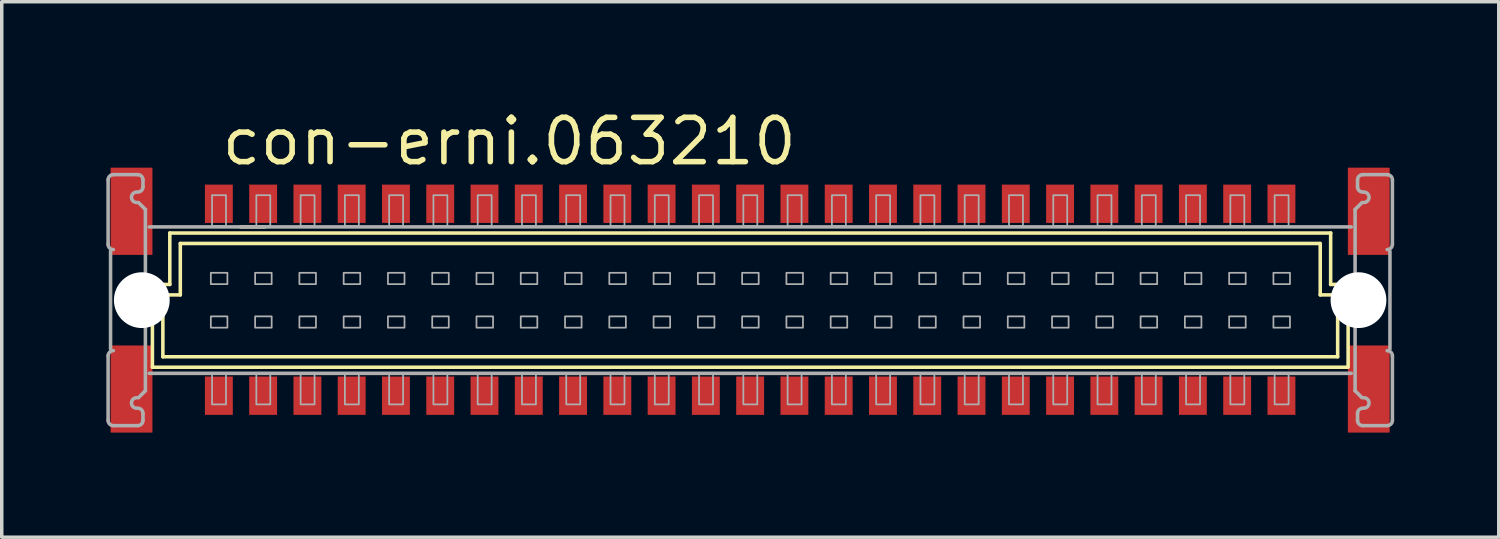
<source format=kicad_pcb>
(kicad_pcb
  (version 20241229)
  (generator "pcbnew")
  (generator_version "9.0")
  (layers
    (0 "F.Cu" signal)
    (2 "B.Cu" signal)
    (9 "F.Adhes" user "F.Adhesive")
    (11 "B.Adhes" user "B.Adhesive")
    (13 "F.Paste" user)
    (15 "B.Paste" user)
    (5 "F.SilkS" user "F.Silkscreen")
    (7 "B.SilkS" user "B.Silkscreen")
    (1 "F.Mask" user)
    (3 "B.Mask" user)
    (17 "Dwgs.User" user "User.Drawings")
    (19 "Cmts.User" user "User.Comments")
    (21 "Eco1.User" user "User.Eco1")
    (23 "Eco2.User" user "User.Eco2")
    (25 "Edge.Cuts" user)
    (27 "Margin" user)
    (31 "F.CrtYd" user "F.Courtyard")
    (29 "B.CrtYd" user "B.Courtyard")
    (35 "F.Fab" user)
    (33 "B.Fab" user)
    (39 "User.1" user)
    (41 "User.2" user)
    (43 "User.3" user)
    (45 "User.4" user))
  (footprint "con-erni.063210"
    (layer "F.Cu")
    (at 18.468 5.56)
    (property "Reference" "con-erni.063210" (at -15.24 -3.81 0) (layer "F.SilkS") (effects (font (size 1.27 1.27) (thickness 0.16)) (justify left bottom)))
    (attr smd)
    (fp_line (start -17.146 1.924) (end -17.146 -0.451) (stroke (width 0.102) (type default)) (layer "F.SilkS"))
    (fp_line (start -16.846 -0.151) (end -16.847 -0.151) (stroke (width 0.102) (type default)) (layer "F.SilkS"))
    (fp_line (start -16.846 1.624) (end -16.846 -0.151) (stroke (width 0.102) (type default)) (layer "F.SilkS"))
    (fp_line (start -16.846 1.624) (end 16.852 1.624) (stroke (width 0.102) (type default)) (layer "F.SilkS"))
    (fp_line (start -16.647 -1.926) (end -16.647 -0.451) (stroke (width 0.102) (type default)) (layer "F.SilkS"))
    (fp_line (start -16.647 -0.451) (end -17.146 -0.451) (stroke (width 0.102) (type default)) (layer "F.SilkS"))
    (fp_line (start -16.347 -0.151) (end -16.846 -0.151) (stroke (width 0.102) (type default)) (layer "F.SilkS"))
    (fp_line (start -16.346 -0.151) (end -16.346 -1.626) (stroke (width 0.102) (type default)) (layer "F.SilkS"))
    (fp_line (start -14.617 -2.101) (end -13.917 -2.101) (stroke (width 0.102) (type default)) (layer "F.SilkS"))
    (fp_line (start 16.343 -1.626) (end -16.346 -1.626) (stroke (width 0.102) (type default)) (layer "F.SilkS"))
    (fp_line (start 16.353 -0.151) (end 16.353 -1.626) (stroke (width 0.102) (type default)) (layer "F.SilkS"))
    (fp_line (start 16.652 -0.451) (end 16.652 -1.926) (stroke (width 0.102) (type default)) (layer "F.SilkS"))
    (fp_line (start 16.652 -0.451) (end 17.152 -0.451) (stroke (width 0.102) (type default)) (layer "F.SilkS"))
    (fp_line (start 16.653 -1.926) (end -16.647 -1.926) (stroke (width 0.102) (type default)) (layer "F.SilkS"))
    (fp_line (start 16.853 -0.151) (end 16.353 -0.151) (stroke (width 0.102) (type default)) (layer "F.SilkS"))
    (fp_line (start 16.853 1.624) (end 16.853 -0.151) (stroke (width 0.102) (type default)) (layer "F.SilkS"))
    (fp_line (start 17.133 1.924) (end -17.146 1.924) (stroke (width 0.102) (type default)) (layer "F.SilkS"))
    (fp_line (start 17.153 1.924) (end 17.153 -0.451) (stroke (width 0.102) (type default)) (layer "F.SilkS"))
    (fp_circle (center -17.447 -0.008) (end -16.646 -0.008) (stroke (width 0.001) (type default)) (fill no) (layer "F.SilkS"))
    (fp_line (start -18.417 -1.601) (end -18.417 -3.451) (stroke (width 0.102) (type default)) (layer "F.Fab"))
    (fp_line (start -18.417 3.449) (end -18.417 1.599) (stroke (width 0.102) (type default)) (layer "F.Fab"))
    (fp_line (start -18.347 -1.401) (end -18.347 1.399) (stroke (width 0.102) (type default)) (layer "F.Fab"))
    (fp_line (start -18.267 -3.601) (end -17.567 -3.601) (stroke (width 0.102) (type default)) (layer "F.Fab"))
    (fp_line (start -17.567 3.599) (end -18.267 3.599) (stroke (width 0.102) (type default)) (layer "F.Fab"))
    (fp_line (start -17.547 -2.801) (end -17.347 -2.601) (stroke (width 0.102) (type default)) (layer "F.Fab"))
    (fp_line (start -17.417 -3.451) (end -17.417 -3.251) (stroke (width 0.102) (type default)) (layer "F.Fab"))
    (fp_line (start -17.417 3.249) (end -17.417 3.449) (stroke (width 0.102) (type default)) (layer "F.Fab"))
    (fp_line (start -17.347 -2.601) (end -17.347 2.599) (stroke (width 0.102) (type default)) (layer "F.Fab"))
    (fp_line (start -17.347 2.599) (end -17.547 2.799) (stroke (width 0.102) (type default)) (layer "F.Fab"))
    (fp_line (start 17.243 -2.101) (end -17.237 -2.101) (stroke (width 0.102) (type default)) (layer "F.Fab"))
    (fp_line (start 17.243 2.099) (end -17.237 2.099) (stroke (width 0.102) (type default)) (layer "F.Fab"))
    (fp_line (start 17.353 -2.601) (end 17.353 2.599) (stroke (width 0.102) (type default)) (layer "F.Fab"))
    (fp_line (start 17.353 2.599) (end 17.553 2.799) (stroke (width 0.102) (type default)) (layer "F.Fab"))
    (fp_line (start 17.423 -3.451) (end 17.423 -3.251) (stroke (width 0.102) (type default)) (layer "F.Fab"))
    (fp_line (start 17.423 3.249) (end 17.423 3.449) (stroke (width 0.102) (type default)) (layer "F.Fab"))
    (fp_line (start 17.553 -2.801) (end 17.353 -2.601) (stroke (width 0.102) (type default)) (layer "F.Fab"))
    (fp_line (start 17.573 3.599) (end 18.273 3.599) (stroke (width 0.102) (type default)) (layer "F.Fab"))
    (fp_line (start 18.273 -3.601) (end 17.573 -3.601) (stroke (width 0.102) (type default)) (layer "F.Fab"))
    (fp_line (start 18.353 -1.401) (end 18.353 1.399) (stroke (width 0.102) (type default)) (layer "F.Fab"))
    (fp_line (start 18.423 -1.601) (end 18.423 -3.451) (stroke (width 0.102) (type default)) (layer "F.Fab"))
    (fp_line (start 18.423 3.449) (end 18.423 1.599) (stroke (width 0.102) (type default)) (layer "F.Fab"))
    (fp_rect (start -15.47 -0.46) (end -14.995 -0.785) (stroke (width 0.05) (type default)) (fill no) (layer "F.Fab"))
    (fp_rect (start -15.47 0.79) (end -14.995 0.465) (stroke (width 0.05) (type default)) (fill no) (layer "F.Fab"))
    (fp_rect (start -15.435 -2.125) (end -15.035 -3.01) (stroke (width 0.05) (type default)) (fill no) (layer "F.Fab"))
    (fp_rect (start -15.435 2.99) (end -15.035 2.1) (stroke (width 0.05) (type default)) (fill no) (layer "F.Fab"))
    (fp_rect (start -14.2 -0.46) (end -13.725 -0.785) (stroke (width 0.05) (type default)) (fill no) (layer "F.Fab"))
    (fp_rect (start -14.2 0.79) (end -13.725 0.465) (stroke (width 0.05) (type default)) (fill no) (layer "F.Fab"))
    (fp_rect (start -14.165 -2.125) (end -13.765 -3.01) (stroke (width 0.05) (type default)) (fill no) (layer "F.Fab"))
    (fp_rect (start -14.165 2.99) (end -13.765 2.1) (stroke (width 0.05) (type default)) (fill no) (layer "F.Fab"))
    (fp_rect (start -12.93 -0.46) (end -12.455 -0.785) (stroke (width 0.05) (type default)) (fill no) (layer "F.Fab"))
    (fp_rect (start -12.93 0.79) (end -12.455 0.465) (stroke (width 0.05) (type default)) (fill no) (layer "F.Fab"))
    (fp_rect (start -12.895 -2.125) (end -12.495 -3.01) (stroke (width 0.05) (type default)) (fill no) (layer "F.Fab"))
    (fp_rect (start -12.895 2.99) (end -12.495 2.1) (stroke (width 0.05) (type default)) (fill no) (layer "F.Fab"))
    (fp_rect (start -11.66 -0.46) (end -11.185 -0.785) (stroke (width 0.05) (type default)) (fill no) (layer "F.Fab"))
    (fp_rect (start -11.66 0.79) (end -11.185 0.465) (stroke (width 0.05) (type default)) (fill no) (layer "F.Fab"))
    (fp_rect (start -11.625 -2.125) (end -11.225 -3.01) (stroke (width 0.05) (type default)) (fill no) (layer "F.Fab"))
    (fp_rect (start -11.625 2.99) (end -11.225 2.1) (stroke (width 0.05) (type default)) (fill no) (layer "F.Fab"))
    (fp_rect (start -10.39 -0.46) (end -9.915 -0.785) (stroke (width 0.05) (type default)) (fill no) (layer "F.Fab"))
    (fp_rect (start -10.39 0.79) (end -9.915 0.465) (stroke (width 0.05) (type default)) (fill no) (layer "F.Fab"))
    (fp_rect (start -10.355 -2.125) (end -9.955 -3.01) (stroke (width 0.05) (type default)) (fill no) (layer "F.Fab"))
    (fp_rect (start -10.355 2.99) (end -9.955 2.1) (stroke (width 0.05) (type default)) (fill no) (layer "F.Fab"))
    (fp_rect (start -9.12 -0.46) (end -8.645 -0.785) (stroke (width 0.05) (type default)) (fill no) (layer "F.Fab"))
    (fp_rect (start -9.12 0.79) (end -8.645 0.465) (stroke (width 0.05) (type default)) (fill no) (layer "F.Fab"))
    (fp_rect (start -9.085 -2.125) (end -8.685 -3.01) (stroke (width 0.05) (type default)) (fill no) (layer "F.Fab"))
    (fp_rect (start -9.085 2.99) (end -8.685 2.1) (stroke (width 0.05) (type default)) (fill no) (layer "F.Fab"))
    (fp_rect (start -7.85 -0.46) (end -7.375 -0.785) (stroke (width 0.05) (type default)) (fill no) (layer "F.Fab"))
    (fp_rect (start -7.85 0.79) (end -7.375 0.465) (stroke (width 0.05) (type default)) (fill no) (layer "F.Fab"))
    (fp_rect (start -7.815 -2.125) (end -7.415 -3.01) (stroke (width 0.05) (type default)) (fill no) (layer "F.Fab"))
    (fp_rect (start -7.815 2.99) (end -7.415 2.1) (stroke (width 0.05) (type default)) (fill no) (layer "F.Fab"))
    (fp_rect (start -6.58 -0.46) (end -6.105 -0.785) (stroke (width 0.05) (type default)) (fill no) (layer "F.Fab"))
    (fp_rect (start -6.58 0.79) (end -6.105 0.465) (stroke (width 0.05) (type default)) (fill no) (layer "F.Fab"))
    (fp_rect (start -6.545 -2.125) (end -6.145 -3.01) (stroke (width 0.05) (type default)) (fill no) (layer "F.Fab"))
    (fp_rect (start -6.545 2.99) (end -6.145 2.1) (stroke (width 0.05) (type default)) (fill no) (layer "F.Fab"))
    (fp_rect (start -5.31 -0.46) (end -4.835 -0.785) (stroke (width 0.05) (type default)) (fill no) (layer "F.Fab"))
    (fp_rect (start -5.31 0.79) (end -4.835 0.465) (stroke (width 0.05) (type default)) (fill no) (layer "F.Fab"))
    (fp_rect (start -5.275 -2.125) (end -4.875 -3.01) (stroke (width 0.05) (type default)) (fill no) (layer "F.Fab"))
    (fp_rect (start -5.275 2.99) (end -4.875 2.1) (stroke (width 0.05) (type default)) (fill no) (layer "F.Fab"))
    (fp_rect (start -4.04 -0.46) (end -3.565 -0.785) (stroke (width 0.05) (type default)) (fill no) (layer "F.Fab"))
    (fp_rect (start -4.04 0.79) (end -3.565 0.465) (stroke (width 0.05) (type default)) (fill no) (layer "F.Fab"))
    (fp_rect (start -4.005 -2.125) (end -3.605 -3.01) (stroke (width 0.05) (type default)) (fill no) (layer "F.Fab"))
    (fp_rect (start -4.005 2.99) (end -3.605 2.1) (stroke (width 0.05) (type default)) (fill no) (layer "F.Fab"))
    (fp_rect (start -2.77 -0.46) (end -2.295 -0.785) (stroke (width 0.05) (type default)) (fill no) (layer "F.Fab"))
    (fp_rect (start -2.77 0.79) (end -2.295 0.465) (stroke (width 0.05) (type default)) (fill no) (layer "F.Fab"))
    (fp_rect (start -2.735 -2.125) (end -2.335 -3.01) (stroke (width 0.05) (type default)) (fill no) (layer "F.Fab"))
    (fp_rect (start -2.735 2.99) (end -2.335 2.1) (stroke (width 0.05) (type default)) (fill no) (layer "F.Fab"))
    (fp_rect (start -1.5 -0.46) (end -1.025 -0.785) (stroke (width 0.05) (type default)) (fill no) (layer "F.Fab"))
    (fp_rect (start -1.5 0.79) (end -1.025 0.465) (stroke (width 0.05) (type default)) (fill no) (layer "F.Fab"))
    (fp_rect (start -1.465 -2.125) (end -1.065 -3.01) (stroke (width 0.05) (type default)) (fill no) (layer "F.Fab"))
    (fp_rect (start -1.465 2.99) (end -1.065 2.1) (stroke (width 0.05) (type default)) (fill no) (layer "F.Fab"))
    (fp_rect (start -0.23 -0.46) (end 0.245 -0.785) (stroke (width 0.05) (type default)) (fill no) (layer "F.Fab"))
    (fp_rect (start -0.23 0.79) (end 0.245 0.465) (stroke (width 0.05) (type default)) (fill no) (layer "F.Fab"))
    (fp_rect (start -0.195 -2.125) (end 0.205 -3.01) (stroke (width 0.05) (type default)) (fill no) (layer "F.Fab"))
    (fp_rect (start -0.195 2.99) (end 0.205 2.1) (stroke (width 0.05) (type default)) (fill no) (layer "F.Fab"))
    (fp_rect (start 1.04 -0.46) (end 1.515 -0.785) (stroke (width 0.05) (type default)) (fill no) (layer "F.Fab"))
    (fp_rect (start 1.04 0.79) (end 1.515 0.465) (stroke (width 0.05) (type default)) (fill no) (layer "F.Fab"))
    (fp_rect (start 1.075 -2.125) (end 1.475 -3.01) (stroke (width 0.05) (type default)) (fill no) (layer "F.Fab"))
    (fp_rect (start 1.075 2.99) (end 1.475 2.1) (stroke (width 0.05) (type default)) (fill no) (layer "F.Fab"))
    (fp_rect (start 2.31 -0.46) (end 2.785 -0.785) (stroke (width 0.05) (type default)) (fill no) (layer "F.Fab"))
    (fp_rect (start 2.31 0.79) (end 2.785 0.465) (stroke (width 0.05) (type default)) (fill no) (layer "F.Fab"))
    (fp_rect (start 2.345 -2.125) (end 2.745 -3.01) (stroke (width 0.05) (type default)) (fill no) (layer "F.Fab"))
    (fp_rect (start 2.345 2.99) (end 2.745 2.1) (stroke (width 0.05) (type default)) (fill no) (layer "F.Fab"))
    (fp_rect (start 3.58 -0.46) (end 4.055 -0.785) (stroke (width 0.05) (type default)) (fill no) (layer "F.Fab"))
    (fp_rect (start 3.58 0.79) (end 4.055 0.465) (stroke (width 0.05) (type default)) (fill no) (layer "F.Fab"))
    (fp_rect (start 3.615 -2.125) (end 4.015 -3.01) (stroke (width 0.05) (type default)) (fill no) (layer "F.Fab"))
    (fp_rect (start 3.615 2.99) (end 4.015 2.1) (stroke (width 0.05) (type default)) (fill no) (layer "F.Fab"))
    (fp_rect (start 4.85 -0.46) (end 5.325 -0.785) (stroke (width 0.05) (type default)) (fill no) (layer "F.Fab"))
    (fp_rect (start 4.85 0.79) (end 5.325 0.465) (stroke (width 0.05) (type default)) (fill no) (layer "F.Fab"))
    (fp_rect (start 4.885 -2.125) (end 5.285 -3.01) (stroke (width 0.05) (type default)) (fill no) (layer "F.Fab"))
    (fp_rect (start 4.885 2.99) (end 5.285 2.1) (stroke (width 0.05) (type default)) (fill no) (layer "F.Fab"))
    (fp_rect (start 6.12 -0.46) (end 6.595 -0.785) (stroke (width 0.05) (type default)) (fill no) (layer "F.Fab"))
    (fp_rect (start 6.12 0.79) (end 6.595 0.465) (stroke (width 0.05) (type default)) (fill no) (layer "F.Fab"))
    (fp_rect (start 6.155 -2.125) (end 6.555 -3.01) (stroke (width 0.05) (type default)) (fill no) (layer "F.Fab"))
    (fp_rect (start 6.155 2.99) (end 6.555 2.1) (stroke (width 0.05) (type default)) (fill no) (layer "F.Fab"))
    (fp_rect (start 7.39 -0.46) (end 7.865 -0.785) (stroke (width 0.05) (type default)) (fill no) (layer "F.Fab"))
    (fp_rect (start 7.39 0.79) (end 7.865 0.465) (stroke (width 0.05) (type default)) (fill no) (layer "F.Fab"))
    (fp_rect (start 7.425 -2.125) (end 7.825 -3.01) (stroke (width 0.05) (type default)) (fill no) (layer "F.Fab"))
    (fp_rect (start 7.425 2.99) (end 7.825 2.1) (stroke (width 0.05) (type default)) (fill no) (layer "F.Fab"))
    (fp_rect (start 8.66 -0.46) (end 9.135 -0.785) (stroke (width 0.05) (type default)) (fill no) (layer "F.Fab"))
    (fp_rect (start 8.66 0.79) (end 9.135 0.465) (stroke (width 0.05) (type default)) (fill no) (layer "F.Fab"))
    (fp_rect (start 8.695 -2.125) (end 9.095 -3.01) (stroke (width 0.05) (type default)) (fill no) (layer "F.Fab"))
    (fp_rect (start 8.695 2.99) (end 9.095 2.1) (stroke (width 0.05) (type default)) (fill no) (layer "F.Fab"))
    (fp_rect (start 9.93 -0.46) (end 10.405 -0.785) (stroke (width 0.05) (type default)) (fill no) (layer "F.Fab"))
    (fp_rect (start 9.93 0.79) (end 10.405 0.465) (stroke (width 0.05) (type default)) (fill no) (layer "F.Fab"))
    (fp_rect (start 9.965 -2.125) (end 10.365 -3.01) (stroke (width 0.05) (type default)) (fill no) (layer "F.Fab"))
    (fp_rect (start 9.965 2.99) (end 10.365 2.1) (stroke (width 0.05) (type default)) (fill no) (layer "F.Fab"))
    (fp_rect (start 11.2 -0.46) (end 11.675 -0.785) (stroke (width 0.05) (type default)) (fill no) (layer "F.Fab"))
    (fp_rect (start 11.2 0.79) (end 11.675 0.465) (stroke (width 0.05) (type default)) (fill no) (layer "F.Fab"))
    (fp_rect (start 11.235 -2.125) (end 11.635 -3.01) (stroke (width 0.05) (type default)) (fill no) (layer "F.Fab"))
    (fp_rect (start 11.235 2.99) (end 11.635 2.1) (stroke (width 0.05) (type default)) (fill no) (layer "F.Fab"))
    (fp_rect (start 12.47 -0.46) (end 12.945 -0.785) (stroke (width 0.05) (type default)) (fill no) (layer "F.Fab"))
    (fp_rect (start 12.47 0.79) (end 12.945 0.465) (stroke (width 0.05) (type default)) (fill no) (layer "F.Fab"))
    (fp_rect (start 12.505 -2.125) (end 12.905 -3.01) (stroke (width 0.05) (type default)) (fill no) (layer "F.Fab"))
    (fp_rect (start 12.505 2.99) (end 12.905 2.1) (stroke (width 0.05) (type default)) (fill no) (layer "F.Fab"))
    (fp_rect (start 13.74 -0.46) (end 14.215 -0.785) (stroke (width 0.05) (type default)) (fill no) (layer "F.Fab"))
    (fp_rect (start 13.74 0.79) (end 14.215 0.465) (stroke (width 0.05) (type default)) (fill no) (layer "F.Fab"))
    (fp_rect (start 13.775 -2.125) (end 14.175 -3.01) (stroke (width 0.05) (type default)) (fill no) (layer "F.Fab"))
    (fp_rect (start 13.775 2.99) (end 14.175 2.1) (stroke (width 0.05) (type default)) (fill no) (layer "F.Fab"))
    (fp_rect (start 15.01 -0.46) (end 15.485 -0.785) (stroke (width 0.05) (type default)) (fill no) (layer "F.Fab"))
    (fp_rect (start 15.01 0.79) (end 15.485 0.465) (stroke (width 0.05) (type default)) (fill no) (layer "F.Fab"))
    (fp_rect (start 15.045 -2.125) (end 15.445 -3.01) (stroke (width 0.05) (type default)) (fill no) (layer "F.Fab"))
    (fp_rect (start 15.045 2.99) (end 15.445 2.1) (stroke (width 0.05) (type default)) (fill no) (layer "F.Fab"))
    (fp_arc (start -18.4169 -3.4508) (mid -18.372966 -3.556866) (end -18.2669 -3.6008) (stroke (width 0.1016) (type default)) (layer "F.Fab"))
    (fp_arc (start -18.4169 1.5992) (mid -18.372966 1.493134) (end -18.2669 1.4492) (stroke (width 0.1016) (type default)) (layer "F.Fab"))
    (fp_arc (start -18.2669 -1.4508) (mid -18.372966 -1.494734) (end -18.4169 -1.6008) (stroke (width 0.1016) (type default)) (layer "F.Fab"))
    (fp_arc (start -18.2669 3.5992) (mid -18.372966 3.555266) (end -18.4169 3.4492) (stroke (width 0.1016) (type default)) (layer "F.Fab"))
    (fp_arc (start -17.5969 -2.8008) (mid -17.7469 -2.9508) (end -17.5969 -3.1008) (stroke (width 0.1016) (type default)) (layer "F.Fab"))
    (fp_arc (start -17.5969 3.0992) (mid -17.7469 2.9492) (end -17.5969 2.7992) (stroke (width 0.1016) (type default)) (layer "F.Fab"))
    (fp_arc (start -17.5669 -3.6008) (mid -17.460834 -3.556866) (end -17.4169 -3.4508) (stroke (width 0.1016) (type default)) (layer "F.Fab"))
    (fp_arc (start -17.5669 3.0992) (mid -17.460834 3.143134) (end -17.4169 3.2492) (stroke (width 0.1016) (type default)) (layer "F.Fab"))
    (fp_arc (start -17.4169 -3.2508) (mid -17.460834 -3.144734) (end -17.5669 -3.1008) (stroke (width 0.1016) (type default)) (layer "F.Fab"))
    (fp_arc (start -17.4169 3.4492) (mid -17.460834 3.555266) (end -17.5669 3.5992) (stroke (width 0.1016) (type default)) (layer "F.Fab"))
    (fp_arc (start 17.4231 -3.4508) (mid 17.467034 -3.556866) (end 17.5731 -3.6008) (stroke (width 0.1016) (type default)) (layer "F.Fab"))
    (fp_arc (start 17.4231 3.2492) (mid 17.467034 3.143134) (end 17.5731 3.0992) (stroke (width 0.1016) (type default)) (layer "F.Fab"))
    (fp_arc (start 17.5731 -3.1008) (mid 17.467034 -3.144734) (end 17.4231 -3.2508) (stroke (width 0.1016) (type default)) (layer "F.Fab"))
    (fp_arc (start 17.5731 3.5992) (mid 17.467034 3.555266) (end 17.4231 3.4492) (stroke (width 0.1016) (type default)) (layer "F.Fab"))
    (fp_arc (start 17.6031 -3.1008) (mid 17.7531 -2.9508) (end 17.6031 -2.8008) (stroke (width 0.1016) (type default)) (layer "F.Fab"))
    (fp_arc (start 17.6031 2.7992) (mid 17.7531 2.9492) (end 17.6031 3.0992) (stroke (width 0.1016) (type default)) (layer "F.Fab"))
    (fp_arc (start 18.2731 -3.6008) (mid 18.379166 -3.556866) (end 18.4231 -3.4508) (stroke (width 0.1016) (type default)) (layer "F.Fab"))
    (fp_arc (start 18.2731 1.4492) (mid 18.379166 1.493134) (end 18.4231 1.5992) (stroke (width 0.1016) (type default)) (layer "F.Fab"))
    (fp_arc (start 18.4231 -1.6008) (mid 18.379166 -1.494734) (end 18.2731 -1.4508) (stroke (width 0.1016) (type default)) (layer "F.Fab"))
    (fp_arc (start 18.4231 3.4492) (mid 18.379166 3.555266) (end 18.2731 3.5992) (stroke (width 0.1016) (type default)) (layer "F.Fab"))
    (pad "" np_thru_hole circle (at -17.45 0) (size 1.6 1.6) (drill 1.6) (layers "*.Cu" "*.Mask"))
    (pad "" np_thru_hole circle (at 17.45 0) (size 1.6 1.6) (drill 1.6) (layers "*.Cu" "*.Mask"))
    (pad "A1" smd roundrect (at -15.24 -2.765 180) (size 0.8 1.1) (layers "F.Cu" "F.Mask" "F.Paste") (roundrect_rratio 0.01))
    (pad "A2" smd roundrect (at -13.97 -2.765 180) (size 0.8 1.1) (layers "F.Cu" "F.Mask" "F.Paste") (roundrect_rratio 0.01))
    (pad "A3" smd roundrect (at -12.7 -2.765 180) (size 0.8 1.1) (layers "F.Cu" "F.Mask" "F.Paste") (roundrect_rratio 0.01))
    (pad "A4" smd roundrect (at -11.43 -2.765 180) (size 0.8 1.1) (layers "F.Cu" "F.Mask" "F.Paste") (roundrect_rratio 0.01))
    (pad "A5" smd roundrect (at -10.16 -2.765 180) (size 0.8 1.1) (layers "F.Cu" "F.Mask" "F.Paste") (roundrect_rratio 0.01))
    (pad "A6" smd roundrect (at -8.89 -2.765 180) (size 0.8 1.1) (layers "F.Cu" "F.Mask" "F.Paste") (roundrect_rratio 0.01))
    (pad "A7" smd roundrect (at -7.62 -2.765 180) (size 0.8 1.1) (layers "F.Cu" "F.Mask" "F.Paste") (roundrect_rratio 0.01))
    (pad "A8" smd roundrect (at -6.35 -2.765 180) (size 0.8 1.1) (layers "F.Cu" "F.Mask" "F.Paste") (roundrect_rratio 0.01))
    (pad "A9" smd roundrect (at -5.08 -2.765 180) (size 0.8 1.1) (layers "F.Cu" "F.Mask" "F.Paste") (roundrect_rratio 0.01))
    (pad "A10" smd roundrect (at -3.81 -2.765 180) (size 0.8 1.1) (layers "F.Cu" "F.Mask" "F.Paste") (roundrect_rratio 0.01))
    (pad "A11" smd roundrect (at -2.54 -2.765 180) (size 0.8 1.1) (layers "F.Cu" "F.Mask" "F.Paste") (roundrect_rratio 0.01))
    (pad "A12" smd roundrect (at -1.27 -2.765 180) (size 0.8 1.1) (layers "F.Cu" "F.Mask" "F.Paste") (roundrect_rratio 0.01))
    (pad "A13" smd roundrect (at 0 -2.765 180) (size 0.8 1.1) (layers "F.Cu" "F.Mask" "F.Paste") (roundrect_rratio 0.01))
    (pad "A14" smd roundrect (at 1.27 -2.765 180) (size 0.8 1.1) (layers "F.Cu" "F.Mask" "F.Paste") (roundrect_rratio 0.01))
    (pad "A15" smd roundrect (at 2.54 -2.765 180) (size 0.8 1.1) (layers "F.Cu" "F.Mask" "F.Paste") (roundrect_rratio 0.01))
    (pad "A16" smd roundrect (at 3.81 -2.765 180) (size 0.8 1.1) (layers "F.Cu" "F.Mask" "F.Paste") (roundrect_rratio 0.01))
    (pad "A17" smd roundrect (at 5.08 -2.765 180) (size 0.8 1.1) (layers "F.Cu" "F.Mask" "F.Paste") (roundrect_rratio 0.01))
    (pad "A18" smd roundrect (at 6.35 -2.765 180) (size 0.8 1.1) (layers "F.Cu" "F.Mask" "F.Paste") (roundrect_rratio 0.01))
    (pad "A19" smd roundrect (at 7.62 -2.765 180) (size 0.8 1.1) (layers "F.Cu" "F.Mask" "F.Paste") (roundrect_rratio 0.01))
    (pad "A20" smd roundrect (at 8.89 -2.765 180) (size 0.8 1.1) (layers "F.Cu" "F.Mask" "F.Paste") (roundrect_rratio 0.01))
    (pad "A21" smd roundrect (at 10.16 -2.765 180) (size 0.8 1.1) (layers "F.Cu" "F.Mask" "F.Paste") (roundrect_rratio 0.01))
    (pad "A22" smd roundrect (at 11.43 -2.765 180) (size 0.8 1.1) (layers "F.Cu" "F.Mask" "F.Paste") (roundrect_rratio 0.01))
    (pad "A23" smd roundrect (at 12.7 -2.765 180) (size 0.8 1.1) (layers "F.Cu" "F.Mask" "F.Paste") (roundrect_rratio 0.01))
    (pad "A24" smd roundrect (at 13.97 -2.765 180) (size 0.8 1.1) (layers "F.Cu" "F.Mask" "F.Paste") (roundrect_rratio 0.01))
    (pad "A25" smd roundrect (at 15.24 -2.765 180) (size 0.8 1.1) (layers "F.Cu" "F.Mask" "F.Paste") (roundrect_rratio 0.01))
    (pad "B1" smd roundrect (at -15.24 2.74 180) (size 0.8 1.1) (layers "F.Cu" "F.Mask" "F.Paste") (roundrect_rratio 0.01))
    (pad "B2" smd roundrect (at -13.97 2.74 180) (size 0.8 1.1) (layers "F.Cu" "F.Mask" "F.Paste") (roundrect_rratio 0.01))
    (pad "B3" smd roundrect (at -12.7 2.74 180) (size 0.8 1.1) (layers "F.Cu" "F.Mask" "F.Paste") (roundrect_rratio 0.01))
    (pad "B4" smd roundrect (at -11.43 2.74 180) (size 0.8 1.1) (layers "F.Cu" "F.Mask" "F.Paste") (roundrect_rratio 0.01))
    (pad "B5" smd roundrect (at -10.16 2.74 180) (size 0.8 1.1) (layers "F.Cu" "F.Mask" "F.Paste") (roundrect_rratio 0.01))
    (pad "B6" smd roundrect (at -8.89 2.74 180) (size 0.8 1.1) (layers "F.Cu" "F.Mask" "F.Paste") (roundrect_rratio 0.01))
    (pad "B7" smd roundrect (at -7.62 2.74 180) (size 0.8 1.1) (layers "F.Cu" "F.Mask" "F.Paste") (roundrect_rratio 0.01))
    (pad "B8" smd roundrect (at -6.35 2.74 180) (size 0.8 1.1) (layers "F.Cu" "F.Mask" "F.Paste") (roundrect_rratio 0.01))
    (pad "B9" smd roundrect (at -5.08 2.74 180) (size 0.8 1.1) (layers "F.Cu" "F.Mask" "F.Paste") (roundrect_rratio 0.01))
    (pad "B10" smd roundrect (at -3.81 2.74 180) (size 0.8 1.1) (layers "F.Cu" "F.Mask" "F.Paste") (roundrect_rratio 0.01))
    (pad "B11" smd roundrect (at -2.54 2.74 180) (size 0.8 1.1) (layers "F.Cu" "F.Mask" "F.Paste") (roundrect_rratio 0.01))
    (pad "B12" smd roundrect (at -1.27 2.74 180) (size 0.8 1.1) (layers "F.Cu" "F.Mask" "F.Paste") (roundrect_rratio 0.01))
    (pad "B13" smd roundrect (at 0 2.74 180) (size 0.8 1.1) (layers "F.Cu" "F.Mask" "F.Paste") (roundrect_rratio 0.01))
    (pad "B14" smd roundrect (at 1.27 2.74 180) (size 0.8 1.1) (layers "F.Cu" "F.Mask" "F.Paste") (roundrect_rratio 0.01))
    (pad "B15" smd roundrect (at 2.54 2.74 180) (size 0.8 1.1) (layers "F.Cu" "F.Mask" "F.Paste") (roundrect_rratio 0.01))
    (pad "B16" smd roundrect (at 3.81 2.74 180) (size 0.8 1.1) (layers "F.Cu" "F.Mask" "F.Paste") (roundrect_rratio 0.01))
    (pad "B17" smd roundrect (at 5.08 2.74 180) (size 0.8 1.1) (layers "F.Cu" "F.Mask" "F.Paste") (roundrect_rratio 0.01))
    (pad "B18" smd roundrect (at 6.35 2.74 180) (size 0.8 1.1) (layers "F.Cu" "F.Mask" "F.Paste") (roundrect_rratio 0.01))
    (pad "B19" smd roundrect (at 7.62 2.74 180) (size 0.8 1.1) (layers "F.Cu" "F.Mask" "F.Paste") (roundrect_rratio 0.01))
    (pad "B20" smd roundrect (at 8.89 2.74 180) (size 0.8 1.1) (layers "F.Cu" "F.Mask" "F.Paste") (roundrect_rratio 0.01))
    (pad "B21" smd roundrect (at 10.16 2.74 180) (size 0.8 1.1) (layers "F.Cu" "F.Mask" "F.Paste") (roundrect_rratio 0.01))
    (pad "B22" smd roundrect (at 11.43 2.74 180) (size 0.8 1.1) (layers "F.Cu" "F.Mask" "F.Paste") (roundrect_rratio 0.01))
    (pad "B23" smd roundrect (at 12.7 2.74 180) (size 0.8 1.1) (layers "F.Cu" "F.Mask" "F.Paste") (roundrect_rratio 0.01))
    (pad "B24" smd roundrect (at 13.97 2.74 180) (size 0.8 1.1) (layers "F.Cu" "F.Mask" "F.Paste") (roundrect_rratio 0.01))
    (pad "B25" smd roundrect (at 15.24 2.74 180) (size 0.8 1.1) (layers "F.Cu" "F.Mask" "F.Paste") (roundrect_rratio 0.01))
    (pad "M1" smd roundrect (at -17.745 -2.55 180) (size 1.2 2.5) (layers "F.Cu" "F.Mask" "F.Paste") (roundrect_rratio 0.01))
    (pad "M2" smd roundrect (at -17.745 2.55 180) (size 1.2 2.5) (layers "F.Cu" "F.Mask" "F.Paste") (roundrect_rratio 0.01))
    (pad "M3" smd roundrect (at 17.745 2.55) (size 1.2 2.5) (layers "F.Cu" "F.Mask" "F.Paste") (roundrect_rratio 0.01))
    (pad "M4" smd roundrect (at 17.745 -2.55) (size 1.2 2.5) (layers "F.Cu" "F.Mask" "F.Paste") (roundrect_rratio 0.01)))
  (gr_rect
    (start -3 -3)
    (end 39.942 12.36)
    (stroke (width 0.1) (type default))
    (fill no)
    (layer "Edge.Cuts")))
</source>
